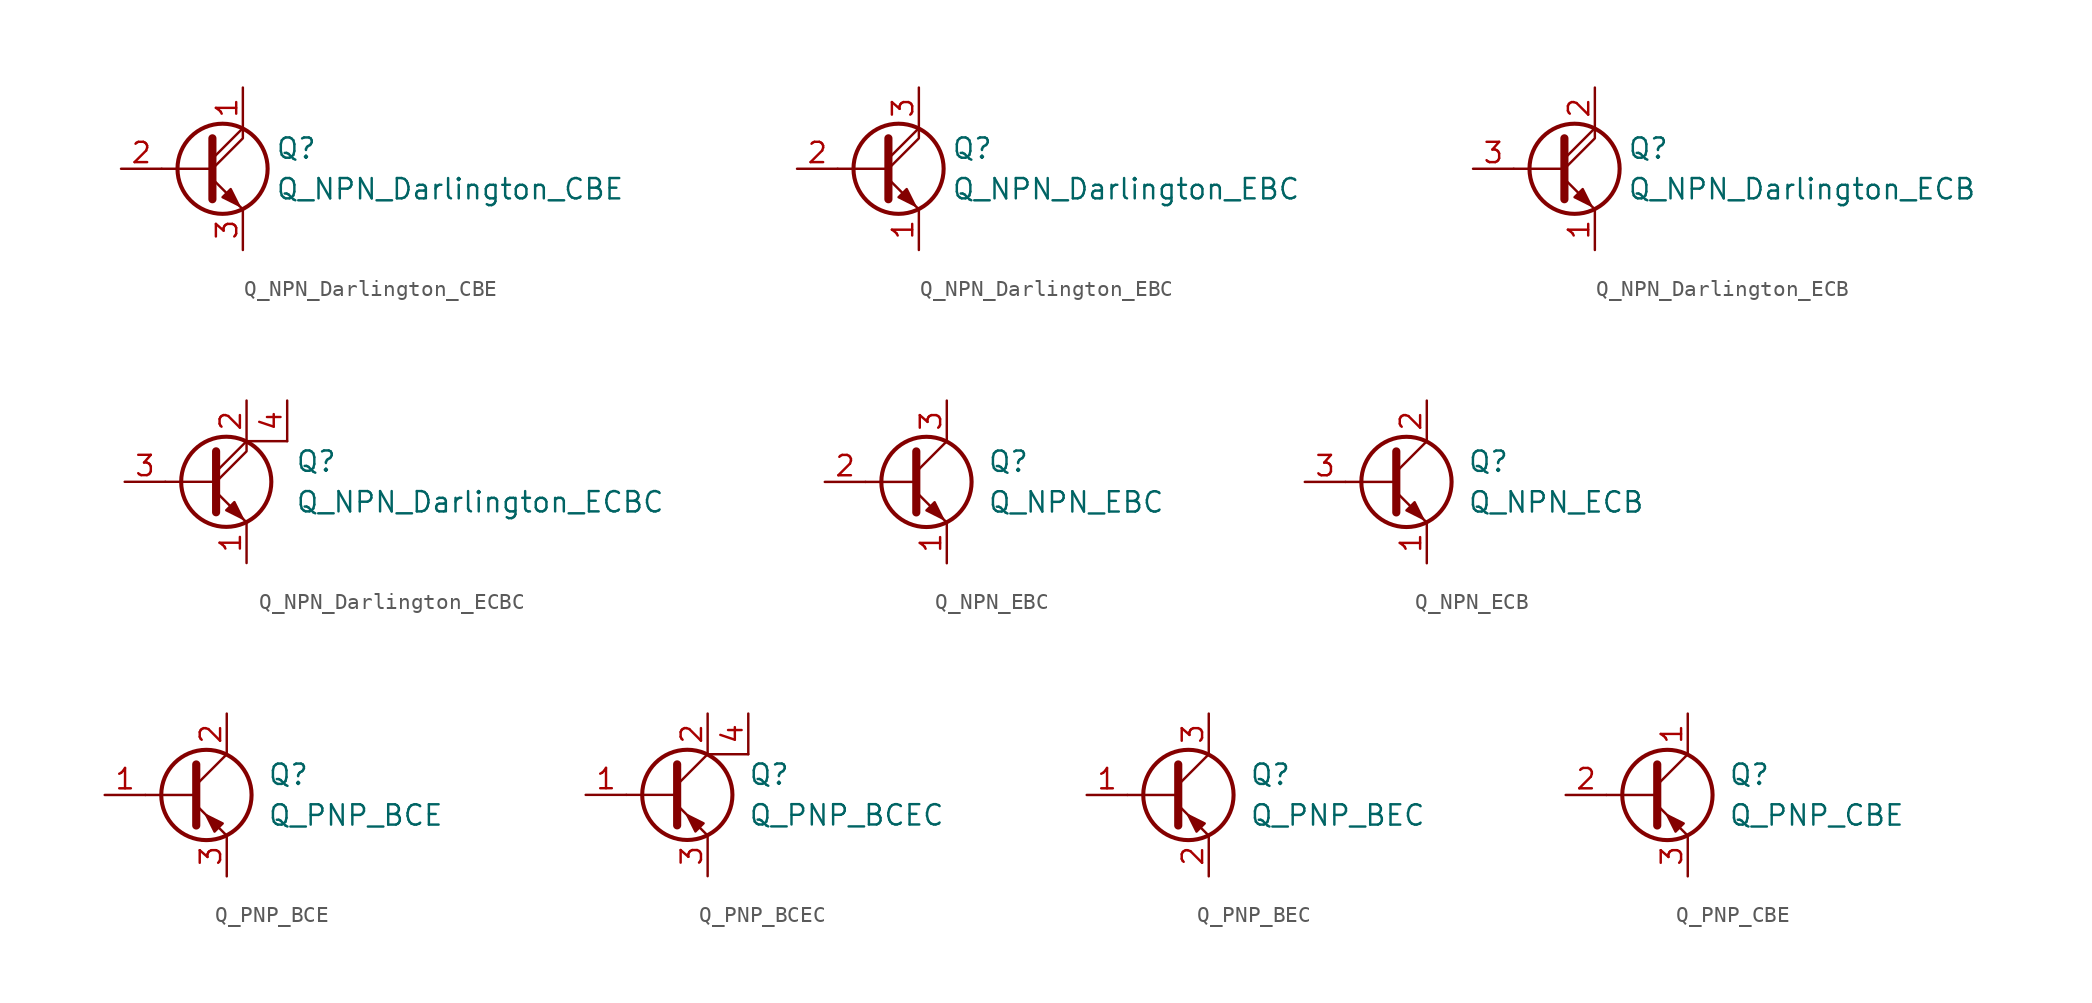
<source format=kicad_sym>
(kicad_symbol_lib
  (version 20231120)
  (generator "kicad_symbol_editor")
  (generator_version "8.0")
  (symbol "Q_NPN_Darlington_CBE"
    (pin_names
      (offset 0) hide)
    (property "Reference" "Q"
      (at 4.572 1.27 0)
      (effects (font (size 1.27 1.27)) (justify left)))
    (property "Value" "Q_NPN_Darlington_CBE"
      (at 4.572 -1.27 0)
      (effects (font (size 1.27 1.27)) (justify left)))
    (symbol "Q_NPN_Darlington_CBE_0_1"
      (polyline (pts (xy -2.54 0) (xy 0.635 0)) (stroke (width 0) (type default)) (fill (type none)))
      (polyline (pts (xy 0.635 1.905) (xy 0.635 -1.905)) (stroke (width 0.508) (type default)) (fill (type none)))
      (polyline (pts (xy 0.635 0) (xy 2.54 1.905) (xy 2.54 2.54)) (stroke (width 0) (type default)) (fill (type none)))
      (circle (center 1.27 0) (radius 2.819) (stroke (width 0.254) (type default)) (fill (type none))))
    (symbol "Q_NPN_Darlington_CBE_1_1"
      (polyline (pts (xy 0.635 -0.635) (xy 2.54 -2.54)) (stroke (width 0) (type default)) (fill (type none)))
      (polyline (pts (xy 0.635 0.635) (xy 2.54 2.54)) (stroke (width 0) (type default)) (fill (type none)))
      (polyline (pts (xy 1.27 -1.778) (xy 1.778 -1.27) (xy 2.286 -2.286) (xy 1.27 -1.778)) (stroke (width 0) (type default)) (fill (type outline)))
      (pin passive line (at 2.54 5.08 270) (length 2.54) (name "C" (effects (font (size 1.27 1.27)))) (number "1" (effects (font (size 1.27 1.27)))))
      (pin input line (at -5.08 0 0) (length 2.54) (name "B" (effects (font (size 1.27 1.27)))) (number "2" (effects (font (size 1.27 1.27)))))
      (pin passive line (at 2.54 -5.08 90) (length 2.54) (name "E" (effects (font (size 1.27 1.27)))) (number "3" (effects (font (size 1.27 1.27)))))))
  (symbol "Q_NPN_Darlington_EBC"
    (pin_names
      (offset 0) hide)
    (property "Reference" "Q"
      (at 4.572 1.27 0)
      (effects (font (size 1.27 1.27)) (justify left)))
    (property "Value" "Q_NPN_Darlington_EBC"
      (at 4.572 -1.27 0)
      (effects (font (size 1.27 1.27)) (justify left)))
    (symbol "Q_NPN_Darlington_EBC_0_1"
      (polyline (pts (xy -2.54 0) (xy 0.635 0)) (stroke (width 0) (type default)) (fill (type none)))
      (polyline (pts (xy 0.635 1.905) (xy 0.635 -1.905)) (stroke (width 0.508) (type default)) (fill (type none)))
      (polyline (pts (xy 0.635 0) (xy 2.54 1.905) (xy 2.54 2.54)) (stroke (width 0) (type default)) (fill (type none)))
      (circle (center 1.27 0) (radius 2.819) (stroke (width 0.254) (type default)) (fill (type none))))
    (symbol "Q_NPN_Darlington_EBC_1_1"
      (polyline (pts (xy 0.635 -0.635) (xy 2.54 -2.54)) (stroke (width 0) (type default)) (fill (type none)))
      (polyline (pts (xy 0.635 0.635) (xy 2.54 2.54)) (stroke (width 0) (type default)) (fill (type none)))
      (polyline (pts (xy 1.27 -1.778) (xy 1.778 -1.27) (xy 2.286 -2.286) (xy 1.27 -1.778)) (stroke (width 0) (type default)) (fill (type outline)))
      (pin passive line (at 2.54 -5.08 90) (length 2.54) (name "E" (effects (font (size 1.27 1.27)))) (number "1" (effects (font (size 1.27 1.27)))))
      (pin input line (at -5.08 0 0) (length 2.54) (name "B" (effects (font (size 1.27 1.27)))) (number "2" (effects (font (size 1.27 1.27)))))
      (pin passive line (at 2.54 5.08 270) (length 2.54) (name "C" (effects (font (size 1.27 1.27)))) (number "3" (effects (font (size 1.27 1.27)))))))
  (symbol "Q_NPN_Darlington_ECB"
    (pin_names
      (offset 0) hide)
    (property "Reference" "Q"
      (at 4.572 1.27 0)
      (effects (font (size 1.27 1.27)) (justify left)))
    (property "Value" "Q_NPN_Darlington_ECB"
      (at 4.572 -1.27 0)
      (effects (font (size 1.27 1.27)) (justify left)))
    (symbol "Q_NPN_Darlington_ECB_0_1"
      (polyline (pts (xy -2.54 0) (xy 0.635 0)) (stroke (width 0) (type default)) (fill (type none)))
      (polyline (pts (xy 0.635 1.905) (xy 0.635 -1.905)) (stroke (width 0.508) (type default)) (fill (type none)))
      (polyline (pts (xy 0.635 0) (xy 2.54 1.905) (xy 2.54 2.54)) (stroke (width 0) (type default)) (fill (type none)))
      (circle (center 1.27 0) (radius 2.819) (stroke (width 0.254) (type default)) (fill (type none))))
    (symbol "Q_NPN_Darlington_ECB_1_1"
      (polyline (pts (xy 0.635 -0.635) (xy 2.54 -2.54)) (stroke (width 0) (type default)) (fill (type none)))
      (polyline (pts (xy 0.635 0.635) (xy 2.54 2.54)) (stroke (width 0) (type default)) (fill (type none)))
      (polyline (pts (xy 1.27 -1.778) (xy 1.778 -1.27) (xy 2.286 -2.286) (xy 1.27 -1.778)) (stroke (width 0) (type default)) (fill (type outline)))
      (pin passive line (at 2.54 -5.08 90) (length 2.54) (name "E" (effects (font (size 1.27 1.27)))) (number "1" (effects (font (size 1.27 1.27)))))
      (pin passive line (at 2.54 5.08 270) (length 2.54) (name "C" (effects (font (size 1.27 1.27)))) (number "2" (effects (font (size 1.27 1.27)))))
      (pin input line (at -5.08 0 0) (length 2.54) (name "B" (effects (font (size 1.27 1.27)))) (number "3" (effects (font (size 1.27 1.27)))))))
  (symbol "Q_NPN_Darlington_ECBC"
    (pin_names
      (offset 0) hide)
    (property "Reference" "Q"
      (at 5.588 1.27 0)
      (effects (font (size 1.27 1.27)) (justify left)))
    (property "Value" "Q_NPN_Darlington_ECBC"
      (at 5.588 -1.27 0)
      (effects (font (size 1.27 1.27)) (justify left)))
    (symbol "Q_NPN_Darlington_ECBC_0_1"
      (polyline (pts (xy -2.54 0) (xy 0.635 0)) (stroke (width 0) (type default)) (fill (type none)))
      (polyline (pts (xy 0.635 1.905) (xy 0.635 -1.905)) (stroke (width 0.508) (type default)) (fill (type none)))
      (polyline (pts (xy 5.08 2.54) (xy 2.54 2.54)) (stroke (width 0) (type default)) (fill (type none)))
      (polyline (pts (xy 0.635 0) (xy 2.54 1.905) (xy 2.54 2.54)) (stroke (width 0) (type default)) (fill (type none)))
      (circle (center 1.27 0) (radius 2.819) (stroke (width 0.254) (type default)) (fill (type none))))
    (symbol "Q_NPN_Darlington_ECBC_1_1"
      (polyline (pts (xy 0.635 -0.635) (xy 2.54 -2.54)) (stroke (width 0) (type default)) (fill (type none)))
      (polyline (pts (xy 0.635 0.635) (xy 2.54 2.54)) (stroke (width 0) (type default)) (fill (type none)))
      (polyline (pts (xy 1.27 -1.778) (xy 1.778 -1.27) (xy 2.286 -2.286) (xy 1.27 -1.778)) (stroke (width 0) (type default)) (fill (type outline)))
      (pin passive line (at 2.54 -5.08 90) (length 2.54) (name "E" (effects (font (size 1.27 1.27)))) (number "1" (effects (font (size 1.27 1.27)))))
      (pin passive line (at 2.54 5.08 270) (length 2.54) (name "C" (effects (font (size 1.27 1.27)))) (number "2" (effects (font (size 1.27 1.27)))))
      (pin input line (at -5.08 0 0) (length 2.54) (name "B" (effects (font (size 1.27 1.27)))) (number "3" (effects (font (size 1.27 1.27)))))
      (pin input line (at 5.08 5.08 270) (length 2.54) (name "C2" (effects (font (size 1.27 1.27)))) (number "4" (effects (font (size 1.27 1.27)))))))
  (symbol "Q_NPN_EBC"
    (pin_names
      (offset 0) hide)
    (property "Reference" "Q"
      (at 5.08 1.27 0)
      (effects (font (size 1.27 1.27)) (justify left)))
    (property "Value" "Q_NPN_EBC"
      (at 5.08 -1.27 0)
      (effects (font (size 1.27 1.27)) (justify left)))
    (symbol "Q_NPN_EBC_0_1"
      (polyline (pts (xy -2.54 0) (xy 0.635 0)) (stroke (width 0) (type default)) (fill (type none)))
      (polyline (pts (xy 0.635 1.905) (xy 0.635 -1.905)) (stroke (width 0.508) (type default)) (fill (type none)))
      (circle (center 1.27 0) (radius 2.819) (stroke (width 0.254) (type default)) (fill (type none))))
    (symbol "Q_NPN_EBC_1_1"
      (polyline (pts (xy 0.635 -0.635) (xy 2.54 -2.54)) (stroke (width 0) (type default)) (fill (type none)))
      (polyline (pts (xy 0.635 0.635) (xy 2.54 2.54)) (stroke (width 0) (type default)) (fill (type none)))
      (polyline (pts (xy 1.27 -1.778) (xy 1.778 -1.27) (xy 2.286 -2.286) (xy 1.27 -1.778)) (stroke (width 0) (type default)) (fill (type outline)))
      (pin passive line (at 2.54 -5.08 90) (length 2.54) (name "E" (effects (font (size 1.27 1.27)))) (number "1" (effects (font (size 1.27 1.27)))))
      (pin input line (at -5.08 0 0) (length 2.54) (name "B" (effects (font (size 1.27 1.27)))) (number "2" (effects (font (size 1.27 1.27)))))
      (pin passive line (at 2.54 5.08 270) (length 2.54) (name "C" (effects (font (size 1.27 1.27)))) (number "3" (effects (font (size 1.27 1.27)))))))
  (symbol "Q_NPN_ECB"
    (pin_names
      (offset 0) hide)
    (property "Reference" "Q"
      (at 5.08 1.27 0)
      (effects (font (size 1.27 1.27)) (justify left)))
    (property "Value" "Q_NPN_ECB"
      (at 5.08 -1.27 0)
      (effects (font (size 1.27 1.27)) (justify left)))
    (symbol "Q_NPN_ECB_0_1"
      (polyline (pts (xy -2.54 0) (xy 0.635 0)) (stroke (width 0) (type default)) (fill (type none)))
      (polyline (pts (xy 0.635 1.905) (xy 0.635 -1.905)) (stroke (width 0.508) (type default)) (fill (type none)))
      (circle (center 1.27 0) (radius 2.819) (stroke (width 0.254) (type default)) (fill (type none))))
    (symbol "Q_NPN_ECB_1_1"
      (polyline (pts (xy 0.635 -0.635) (xy 2.54 -2.54)) (stroke (width 0) (type default)) (fill (type none)))
      (polyline (pts (xy 0.635 0.635) (xy 2.54 2.54)) (stroke (width 0) (type default)) (fill (type none)))
      (polyline (pts (xy 1.27 -1.778) (xy 1.778 -1.27) (xy 2.286 -2.286) (xy 1.27 -1.778)) (stroke (width 0) (type default)) (fill (type outline)))
      (pin passive line (at 2.54 -5.08 90) (length 2.54) (name "E" (effects (font (size 1.27 1.27)))) (number "1" (effects (font (size 1.27 1.27)))))
      (pin passive line (at 2.54 5.08 270) (length 2.54) (name "C" (effects (font (size 1.27 1.27)))) (number "2" (effects (font (size 1.27 1.27)))))
      (pin input line (at -5.08 0 0) (length 2.54) (name "B" (effects (font (size 1.27 1.27)))) (number "3" (effects (font (size 1.27 1.27)))))))
  (symbol "Q_PNP_BCE"
    (pin_names
      (offset 0) hide)
    (property "Reference" "Q"
      (at 5.08 1.27 0)
      (effects (font (size 1.27 1.27)) (justify left)))
    (property "Value" "Q_PNP_BCE"
      (at 5.08 -1.27 0)
      (effects (font (size 1.27 1.27)) (justify left)))
    (symbol "Q_PNP_BCE_0_1"
      (polyline (pts (xy -2.54 0) (xy 0.635 0)) (stroke (width 0) (type default)) (fill (type none)))
      (polyline (pts (xy 0.635 -0.635) (xy 2.54 -2.54)) (stroke (width 0) (type default)) (fill (type none)))
      (polyline (pts (xy 0.635 0.635) (xy 2.54 2.54)) (stroke (width 0) (type default)) (fill (type none)))
      (polyline (pts (xy 0.635 1.905) (xy 0.635 -1.905)) (stroke (width 0.508) (type default)) (fill (type none)))
      (polyline (pts (xy 2.286 -1.778) (xy 1.778 -2.286) (xy 1.27 -1.27) (xy 2.286 -1.778)) (stroke (width 0) (type default)) (fill (type outline)))
      (circle (center 1.27 0) (radius 2.819) (stroke (width 0.254) (type default)) (fill (type none))))
    (symbol "Q_PNP_BCE_1_1"
      (pin input line (at -5.08 0 0) (length 2.54) (name "B" (effects (font (size 1.27 1.27)))) (number "1" (effects (font (size 1.27 1.27)))))
      (pin passive line (at 2.54 5.08 270) (length 2.54) (name "C" (effects (font (size 1.27 1.27)))) (number "2" (effects (font (size 1.27 1.27)))))
      (pin passive line (at 2.54 -5.08 90) (length 2.54) (name "E" (effects (font (size 1.27 1.27)))) (number "3" (effects (font (size 1.27 1.27)))))))
  (symbol "Q_PNP_BCEC"
    (pin_names
      (offset 0) hide)
    (property "Reference" "Q"
      (at 5.08 1.27 0)
      (effects (font (size 1.27 1.27)) (justify left)))
    (property "Value" "Q_PNP_BCEC"
      (at 5.08 -1.27 0)
      (effects (font (size 1.27 1.27)) (justify left)))
    (symbol "Q_PNP_BCEC_0_1"
      (polyline (pts (xy -2.54 0) (xy 0.635 0)) (stroke (width 0) (type default)) (fill (type none)))
      (polyline (pts (xy 0.635 -0.635) (xy 2.54 -2.54)) (stroke (width 0) (type default)) (fill (type none)))
      (polyline (pts (xy 0.635 0.635) (xy 2.54 2.54)) (stroke (width 0) (type default)) (fill (type none)))
      (polyline (pts (xy 0.635 1.905) (xy 0.635 -1.905)) (stroke (width 0.508) (type default)) (fill (type none)))
      (polyline (pts (xy 5.08 2.54) (xy 2.54 2.54)) (stroke (width 0) (type default)) (fill (type none)))
      (polyline (pts (xy 2.286 -1.778) (xy 1.778 -2.286) (xy 1.27 -1.27) (xy 2.286 -1.778)) (stroke (width 0) (type default)) (fill (type outline)))
      (circle (center 1.27 0) (radius 2.819) (stroke (width 0.254) (type default)) (fill (type none))))
    (symbol "Q_PNP_BCEC_1_1"
      (pin input line (at -5.08 0 0) (length 2.54) (name "B" (effects (font (size 1.27 1.27)))) (number "1" (effects (font (size 1.27 1.27)))))
      (pin passive line (at 2.54 5.08 270) (length 2.54) (name "C" (effects (font (size 1.27 1.27)))) (number "2" (effects (font (size 1.27 1.27)))))
      (pin passive line (at 2.54 -5.08 90) (length 2.54) (name "E" (effects (font (size 1.27 1.27)))) (number "3" (effects (font (size 1.27 1.27)))))
      (pin passive line (at 5.08 5.08 270) (length 2.54) (name "C" (effects (font (size 1.27 1.27)))) (number "4" (effects (font (size 1.27 1.27)))))))
  (symbol "Q_PNP_BEC"
    (pin_names
      (offset 0) hide)
    (property "Reference" "Q"
      (at 5.08 1.27 0)
      (effects (font (size 1.27 1.27)) (justify left)))
    (property "Value" "Q_PNP_BEC"
      (at 5.08 -1.27 0)
      (effects (font (size 1.27 1.27)) (justify left)))
    (symbol "Q_PNP_BEC_0_1"
      (polyline (pts (xy -2.54 0) (xy 0.635 0)) (stroke (width 0) (type default)) (fill (type none)))
      (polyline (pts (xy 0.635 -0.635) (xy 2.54 -2.54)) (stroke (width 0) (type default)) (fill (type none)))
      (polyline (pts (xy 0.635 0.635) (xy 2.54 2.54)) (stroke (width 0) (type default)) (fill (type none)))
      (polyline (pts (xy 0.635 1.905) (xy 0.635 -1.905)) (stroke (width 0.508) (type default)) (fill (type none)))
      (polyline (pts (xy 2.286 -1.778) (xy 1.778 -2.286) (xy 1.27 -1.27) (xy 2.286 -1.778)) (stroke (width 0) (type default)) (fill (type outline)))
      (circle (center 1.27 0) (radius 2.819) (stroke (width 0.254) (type default)) (fill (type none))))
    (symbol "Q_PNP_BEC_1_1"
      (pin input line (at -5.08 0 0) (length 2.54) (name "B" (effects (font (size 1.27 1.27)))) (number "1" (effects (font (size 1.27 1.27)))))
      (pin passive line (at 2.54 -5.08 90) (length 2.54) (name "E" (effects (font (size 1.27 1.27)))) (number "2" (effects (font (size 1.27 1.27)))))
      (pin passive line (at 2.54 5.08 270) (length 2.54) (name "C" (effects (font (size 1.27 1.27)))) (number "3" (effects (font (size 1.27 1.27)))))))
  (symbol "Q_PNP_CBE"
    (pin_names
      (offset 0) hide)
    (property "Reference" "Q"
      (at 5.08 1.27 0)
      (effects (font (size 1.27 1.27)) (justify left)))
    (property "Value" "Q_PNP_CBE"
      (at 5.08 -1.27 0)
      (effects (font (size 1.27 1.27)) (justify left)))
    (symbol "Q_PNP_CBE_0_1"
      (polyline (pts (xy -2.54 0) (xy 0.635 0)) (stroke (width 0) (type default)) (fill (type none)))
      (polyline (pts (xy 0.635 -0.635) (xy 2.54 -2.54)) (stroke (width 0) (type default)) (fill (type none)))
      (polyline (pts (xy 0.635 0.635) (xy 2.54 2.54)) (stroke (width 0) (type default)) (fill (type none)))
      (polyline (pts (xy 0.635 1.905) (xy 0.635 -1.905)) (stroke (width 0.508) (type default)) (fill (type none)))
      (polyline (pts (xy 2.286 -1.778) (xy 1.778 -2.286) (xy 1.27 -1.27) (xy 2.286 -1.778)) (stroke (width 0) (type default)) (fill (type outline)))
      (circle (center 1.27 0) (radius 2.819) (stroke (width 0.254) (type default)) (fill (type none))))
    (symbol "Q_PNP_CBE_1_1"
      (pin passive line (at 2.54 5.08 270) (length 2.54) (name "C" (effects (font (size 1.27 1.27)))) (number "1" (effects (font (size 1.27 1.27)))))
      (pin input line (at -5.08 0 0) (length 2.54) (name "B" (effects (font (size 1.27 1.27)))) (number "2" (effects (font (size 1.27 1.27)))))
      (pin passive line (at 2.54 -5.08 90) (length 2.54) (name "E" (effects (font (size 1.27 1.27)))) (number "3" (effects (font (size 1.27 1.27))))))))
</source>
